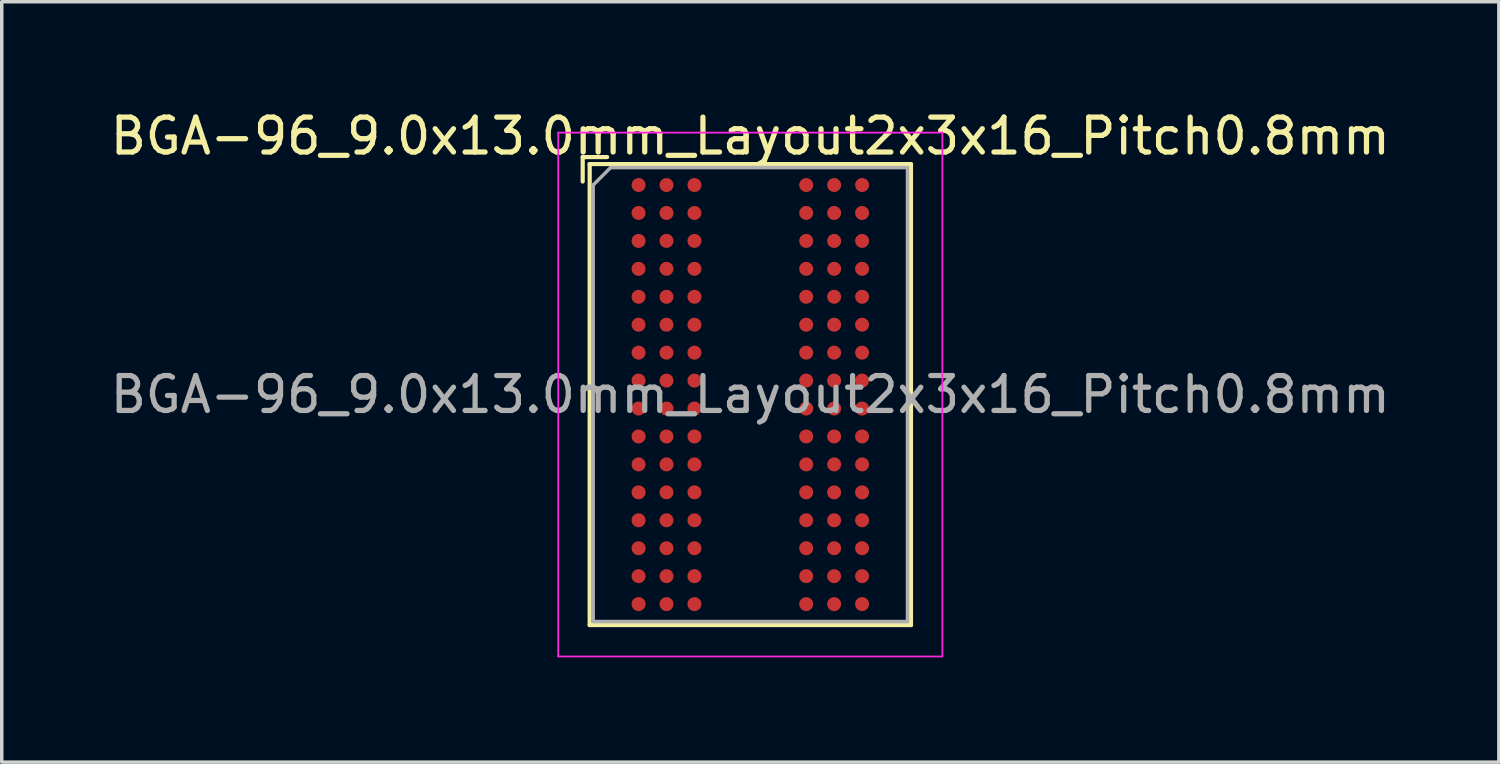
<source format=kicad_pcb>
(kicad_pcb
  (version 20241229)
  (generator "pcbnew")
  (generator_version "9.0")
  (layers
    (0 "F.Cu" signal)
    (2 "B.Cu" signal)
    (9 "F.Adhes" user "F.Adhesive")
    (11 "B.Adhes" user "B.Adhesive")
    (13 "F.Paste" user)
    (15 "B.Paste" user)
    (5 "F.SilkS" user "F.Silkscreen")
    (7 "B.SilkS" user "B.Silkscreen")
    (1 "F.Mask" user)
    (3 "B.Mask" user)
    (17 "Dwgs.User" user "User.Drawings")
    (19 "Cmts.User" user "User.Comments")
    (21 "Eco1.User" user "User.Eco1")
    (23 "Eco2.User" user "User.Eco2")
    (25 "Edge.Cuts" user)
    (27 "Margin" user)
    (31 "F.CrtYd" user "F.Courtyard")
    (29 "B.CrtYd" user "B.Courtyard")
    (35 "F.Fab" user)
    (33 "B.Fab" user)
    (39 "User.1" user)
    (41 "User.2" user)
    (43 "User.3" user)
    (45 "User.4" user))
  (footprint "BGA-96_9.0x13.0mm_Layout2x3x16_Pitch0.8mm"
    (layer "F.Cu")
    (at 18.435 8.248)
    (property "Reference" "BGA-96_9.0x13.0mm_Layout2x3x16_Pitch0.8mm" (at 0 -7.4 0) (layer "F.SilkS") (effects (font (size 1 1) (thickness 0.15))))
    (attr smd)
    (fp_line (start -4.8 -6.8) (end -4.8 -6.1) (stroke (width 0.12) (type solid)) (layer "F.SilkS"))
    (fp_line (start -4.6 -6.6) (end -4.6 6.6) (stroke (width 0.12) (type solid)) (layer "F.SilkS"))
    (fp_line (start -4.6 6.6) (end 4.6 6.6) (stroke (width 0.12) (type solid)) (layer "F.SilkS"))
    (fp_line (start -4.1 -6.8) (end -4.8 -6.8) (stroke (width 0.12) (type solid)) (layer "F.SilkS"))
    (fp_line (start 4.6 -6.6) (end -4.6 -6.6) (stroke (width 0.12) (type solid)) (layer "F.SilkS"))
    (fp_line (start 4.6 6.6) (end 4.6 -6.6) (stroke (width 0.12) (type solid)) (layer "F.SilkS"))
    (fp_line (start -5.5 -7.5) (end -5.5 7.5) (stroke (width 0.05) (type solid)) (layer "F.CrtYd"))
    (fp_line (start -5.5 -7.5) (end 5.5 -7.5) (stroke (width 0.05) (type solid)) (layer "F.CrtYd"))
    (fp_line (start 5.5 7.5) (end -5.5 7.5) (stroke (width 0.05) (type solid)) (layer "F.CrtYd"))
    (fp_line (start 5.5 7.5) (end 5.5 -7.5) (stroke (width 0.05) (type solid)) (layer "F.CrtYd"))
    (fp_line (start -4.5 -6) (end -4.5 6.5) (stroke (width 0.1) (type solid)) (layer "F.Fab"))
    (fp_line (start -4.5 6.5) (end 4.5 6.5) (stroke (width 0.1) (type solid)) (layer "F.Fab"))
    (fp_line (start -4 -6.5) (end -4.5 -6) (stroke (width 0.1) (type solid)) (layer "F.Fab"))
    (fp_line (start 4.5 -6.5) (end -4 -6.5) (stroke (width 0.1) (type solid)) (layer "F.Fab"))
    (fp_line (start 4.5 6.5) (end 4.5 -6.5) (stroke (width 0.1) (type solid)) (layer "F.Fab"))
    (fp_text user "${REFERENCE}" (at 0 0 0) (layer "F.Fab") (effects (font (size 1 1) (thickness 0.15))))
    (pad "A1" smd circle (at -3.2 -6) (size 0.4 0.4) (layers "F.Cu" "F.Mask" "F.Paste"))
    (pad "A2" smd circle (at -2.4 -6) (size 0.4 0.4) (layers "F.Cu" "F.Mask" "F.Paste"))
    (pad "A3" smd circle (at -1.6 -6) (size 0.4 0.4) (layers "F.Cu" "F.Mask" "F.Paste"))
    (pad "A7" smd circle (at 1.6 -6) (size 0.4 0.4) (layers "F.Cu" "F.Mask" "F.Paste"))
    (pad "A8" smd circle (at 2.4 -6) (size 0.4 0.4) (layers "F.Cu" "F.Mask" "F.Paste"))
    (pad "A9" smd circle (at 3.2 -6) (size 0.4 0.4) (layers "F.Cu" "F.Mask" "F.Paste"))
    (pad "B1" smd circle (at -3.2 -5.2) (size 0.4 0.4) (layers "F.Cu" "F.Mask" "F.Paste"))
    (pad "B2" smd circle (at -2.4 -5.2) (size 0.4 0.4) (layers "F.Cu" "F.Mask" "F.Paste"))
    (pad "B3" smd circle (at -1.6 -5.2) (size 0.4 0.4) (layers "F.Cu" "F.Mask" "F.Paste"))
    (pad "B7" smd circle (at 1.6 -5.2) (size 0.4 0.4) (layers "F.Cu" "F.Mask" "F.Paste"))
    (pad "B8" smd circle (at 2.4 -5.2) (size 0.4 0.4) (layers "F.Cu" "F.Mask" "F.Paste"))
    (pad "B9" smd circle (at 3.2 -5.2) (size 0.4 0.4) (layers "F.Cu" "F.Mask" "F.Paste"))
    (pad "C1" smd circle (at -3.2 -4.4) (size 0.4 0.4) (layers "F.Cu" "F.Mask" "F.Paste"))
    (pad "C2" smd circle (at -2.4 -4.4) (size 0.4 0.4) (layers "F.Cu" "F.Mask" "F.Paste"))
    (pad "C3" smd circle (at -1.6 -4.4) (size 0.4 0.4) (layers "F.Cu" "F.Mask" "F.Paste"))
    (pad "C7" smd circle (at 1.6 -4.4) (size 0.4 0.4) (layers "F.Cu" "F.Mask" "F.Paste"))
    (pad "C8" smd circle (at 2.4 -4.4) (size 0.4 0.4) (layers "F.Cu" "F.Mask" "F.Paste"))
    (pad "C9" smd circle (at 3.2 -4.4) (size 0.4 0.4) (layers "F.Cu" "F.Mask" "F.Paste"))
    (pad "D1" smd circle (at -3.2 -3.6) (size 0.4 0.4) (layers "F.Cu" "F.Mask" "F.Paste"))
    (pad "D2" smd circle (at -2.4 -3.6) (size 0.4 0.4) (layers "F.Cu" "F.Mask" "F.Paste"))
    (pad "D3" smd circle (at -1.6 -3.6) (size 0.4 0.4) (layers "F.Cu" "F.Mask" "F.Paste"))
    (pad "D7" smd circle (at 1.6 -3.6) (size 0.4 0.4) (layers "F.Cu" "F.Mask" "F.Paste"))
    (pad "D8" smd circle (at 2.4 -3.6) (size 0.4 0.4) (layers "F.Cu" "F.Mask" "F.Paste"))
    (pad "D9" smd circle (at 3.2 -3.6) (size 0.4 0.4) (layers "F.Cu" "F.Mask" "F.Paste"))
    (pad "E1" smd circle (at -3.2 -2.8) (size 0.4 0.4) (layers "F.Cu" "F.Mask" "F.Paste"))
    (pad "E2" smd circle (at -2.4 -2.8) (size 0.4 0.4) (layers "F.Cu" "F.Mask" "F.Paste"))
    (pad "E3" smd circle (at -1.6 -2.8) (size 0.4 0.4) (layers "F.Cu" "F.Mask" "F.Paste"))
    (pad "E7" smd circle (at 1.6 -2.8) (size 0.4 0.4) (layers "F.Cu" "F.Mask" "F.Paste"))
    (pad "E8" smd circle (at 2.4 -2.8) (size 0.4 0.4) (layers "F.Cu" "F.Mask" "F.Paste"))
    (pad "E9" smd circle (at 3.2 -2.8) (size 0.4 0.4) (layers "F.Cu" "F.Mask" "F.Paste"))
    (pad "F1" smd circle (at -3.2 -2) (size 0.4 0.4) (layers "F.Cu" "F.Mask" "F.Paste"))
    (pad "F2" smd circle (at -2.4 -2) (size 0.4 0.4) (layers "F.Cu" "F.Mask" "F.Paste"))
    (pad "F3" smd circle (at -1.6 -2) (size 0.4 0.4) (layers "F.Cu" "F.Mask" "F.Paste"))
    (pad "F7" smd circle (at 1.6 -2) (size 0.4 0.4) (layers "F.Cu" "F.Mask" "F.Paste"))
    (pad "F8" smd circle (at 2.4 -2) (size 0.4 0.4) (layers "F.Cu" "F.Mask" "F.Paste"))
    (pad "F9" smd circle (at 3.2 -2) (size 0.4 0.4) (layers "F.Cu" "F.Mask" "F.Paste"))
    (pad "G1" smd circle (at -3.2 -1.2) (size 0.4 0.4) (layers "F.Cu" "F.Mask" "F.Paste"))
    (pad "G2" smd circle (at -2.4 -1.2) (size 0.4 0.4) (layers "F.Cu" "F.Mask" "F.Paste"))
    (pad "G3" smd circle (at -1.6 -1.2) (size 0.4 0.4) (layers "F.Cu" "F.Mask" "F.Paste"))
    (pad "G7" smd circle (at 1.6 -1.2) (size 0.4 0.4) (layers "F.Cu" "F.Mask" "F.Paste"))
    (pad "G8" smd circle (at 2.4 -1.2) (size 0.4 0.4) (layers "F.Cu" "F.Mask" "F.Paste"))
    (pad "G9" smd circle (at 3.2 -1.2) (size 0.4 0.4) (layers "F.Cu" "F.Mask" "F.Paste"))
    (pad "H1" smd circle (at -3.2 -0.4) (size 0.4 0.4) (layers "F.Cu" "F.Mask" "F.Paste"))
    (pad "H2" smd circle (at -2.4 -0.4) (size 0.4 0.4) (layers "F.Cu" "F.Mask" "F.Paste"))
    (pad "H3" smd circle (at -1.6 -0.4) (size 0.4 0.4) (layers "F.Cu" "F.Mask" "F.Paste"))
    (pad "H7" smd circle (at 1.6 -0.4) (size 0.4 0.4) (layers "F.Cu" "F.Mask" "F.Paste"))
    (pad "H8" smd circle (at 2.4 -0.4) (size 0.4 0.4) (layers "F.Cu" "F.Mask" "F.Paste"))
    (pad "H9" smd circle (at 3.2 -0.4) (size 0.4 0.4) (layers "F.Cu" "F.Mask" "F.Paste"))
    (pad "J1" smd circle (at -3.2 0.4) (size 0.4 0.4) (layers "F.Cu" "F.Mask" "F.Paste"))
    (pad "J2" smd circle (at -2.4 0.4) (size 0.4 0.4) (layers "F.Cu" "F.Mask" "F.Paste"))
    (pad "J3" smd circle (at -1.6 0.4) (size 0.4 0.4) (layers "F.Cu" "F.Mask" "F.Paste"))
    (pad "J7" smd circle (at 1.6 0.4) (size 0.4 0.4) (layers "F.Cu" "F.Mask" "F.Paste"))
    (pad "J8" smd circle (at 2.4 0.4) (size 0.4 0.4) (layers "F.Cu" "F.Mask" "F.Paste"))
    (pad "J9" smd circle (at 3.2 0.4) (size 0.4 0.4) (layers "F.Cu" "F.Mask" "F.Paste"))
    (pad "K1" smd circle (at -3.2 1.2) (size 0.4 0.4) (layers "F.Cu" "F.Mask" "F.Paste"))
    (pad "K2" smd circle (at -2.4 1.2) (size 0.4 0.4) (layers "F.Cu" "F.Mask" "F.Paste"))
    (pad "K3" smd circle (at -1.6 1.2) (size 0.4 0.4) (layers "F.Cu" "F.Mask" "F.Paste"))
    (pad "K7" smd circle (at 1.6 1.2) (size 0.4 0.4) (layers "F.Cu" "F.Mask" "F.Paste"))
    (pad "K8" smd circle (at 2.4 1.2) (size 0.4 0.4) (layers "F.Cu" "F.Mask" "F.Paste"))
    (pad "K9" smd circle (at 3.2 1.2) (size 0.4 0.4) (layers "F.Cu" "F.Mask" "F.Paste"))
    (pad "L1" smd circle (at -3.2 2) (size 0.4 0.4) (layers "F.Cu" "F.Mask" "F.Paste"))
    (pad "L2" smd circle (at -2.4 2) (size 0.4 0.4) (layers "F.Cu" "F.Mask" "F.Paste"))
    (pad "L3" smd circle (at -1.6 2) (size 0.4 0.4) (layers "F.Cu" "F.Mask" "F.Paste"))
    (pad "L7" smd circle (at 1.6 2) (size 0.4 0.4) (layers "F.Cu" "F.Mask" "F.Paste"))
    (pad "L8" smd circle (at 2.4 2) (size 0.4 0.4) (layers "F.Cu" "F.Mask" "F.Paste"))
    (pad "L9" smd circle (at 3.2 2) (size 0.4 0.4) (layers "F.Cu" "F.Mask" "F.Paste"))
    (pad "M1" smd circle (at -3.2 2.8) (size 0.4 0.4) (layers "F.Cu" "F.Mask" "F.Paste"))
    (pad "M2" smd circle (at -2.4 2.8) (size 0.4 0.4) (layers "F.Cu" "F.Mask" "F.Paste"))
    (pad "M3" smd circle (at -1.6 2.8) (size 0.4 0.4) (layers "F.Cu" "F.Mask" "F.Paste"))
    (pad "M7" smd circle (at 1.6 2.8) (size 0.4 0.4) (layers "F.Cu" "F.Mask" "F.Paste"))
    (pad "M8" smd circle (at 2.4 2.8) (size 0.4 0.4) (layers "F.Cu" "F.Mask" "F.Paste"))
    (pad "M9" smd circle (at 3.2 2.8) (size 0.4 0.4) (layers "F.Cu" "F.Mask" "F.Paste"))
    (pad "N1" smd circle (at -3.2 3.6) (size 0.4 0.4) (layers "F.Cu" "F.Mask" "F.Paste"))
    (pad "N2" smd circle (at -2.4 3.6) (size 0.4 0.4) (layers "F.Cu" "F.Mask" "F.Paste"))
    (pad "N3" smd circle (at -1.6 3.6) (size 0.4 0.4) (layers "F.Cu" "F.Mask" "F.Paste"))
    (pad "N7" smd circle (at 1.6 3.6) (size 0.4 0.4) (layers "F.Cu" "F.Mask" "F.Paste"))
    (pad "N8" smd circle (at 2.4 3.6) (size 0.4 0.4) (layers "F.Cu" "F.Mask" "F.Paste"))
    (pad "N9" smd circle (at 3.2 3.6) (size 0.4 0.4) (layers "F.Cu" "F.Mask" "F.Paste"))
    (pad "P1" smd circle (at -3.2 4.4) (size 0.4 0.4) (layers "F.Cu" "F.Mask" "F.Paste"))
    (pad "P2" smd circle (at -2.4 4.4) (size 0.4 0.4) (layers "F.Cu" "F.Mask" "F.Paste"))
    (pad "P3" smd circle (at -1.6 4.4) (size 0.4 0.4) (layers "F.Cu" "F.Mask" "F.Paste"))
    (pad "P7" smd circle (at 1.6 4.4) (size 0.4 0.4) (layers "F.Cu" "F.Mask" "F.Paste"))
    (pad "P8" smd circle (at 2.4 4.4) (size 0.4 0.4) (layers "F.Cu" "F.Mask" "F.Paste"))
    (pad "P9" smd circle (at 3.2 4.4) (size 0.4 0.4) (layers "F.Cu" "F.Mask" "F.Paste"))
    (pad "R1" smd circle (at -3.2 5.2) (size 0.4 0.4) (layers "F.Cu" "F.Mask" "F.Paste"))
    (pad "R2" smd circle (at -2.4 5.2) (size 0.4 0.4) (layers "F.Cu" "F.Mask" "F.Paste"))
    (pad "R3" smd circle (at -1.6 5.2) (size 0.4 0.4) (layers "F.Cu" "F.Mask" "F.Paste"))
    (pad "R7" smd circle (at 1.6 5.2) (size 0.4 0.4) (layers "F.Cu" "F.Mask" "F.Paste"))
    (pad "R8" smd circle (at 2.4 5.2) (size 0.4 0.4) (layers "F.Cu" "F.Mask" "F.Paste"))
    (pad "R9" smd circle (at 3.2 5.2) (size 0.4 0.4) (layers "F.Cu" "F.Mask" "F.Paste"))
    (pad "T1" smd circle (at -3.2 6) (size 0.4 0.4) (layers "F.Cu" "F.Mask" "F.Paste"))
    (pad "T2" smd circle (at -2.4 6) (size 0.4 0.4) (layers "F.Cu" "F.Mask" "F.Paste"))
    (pad "T3" smd circle (at -1.6 6) (size 0.4 0.4) (layers "F.Cu" "F.Mask" "F.Paste"))
    (pad "T7" smd circle (at 1.6 6) (size 0.4 0.4) (layers "F.Cu" "F.Mask" "F.Paste"))
    (pad "T8" smd circle (at 2.4 6) (size 0.4 0.4) (layers "F.Cu" "F.Mask" "F.Paste"))
    (pad "T9" smd circle (at 3.2 6) (size 0.4 0.4) (layers "F.Cu" "F.Mask" "F.Paste")))
  (gr_rect
    (start -3 -3)
    (end 39.869 18.773)
    (stroke (width 0.1) (type default))
    (fill no)
    (layer "Edge.Cuts")))
</source>
